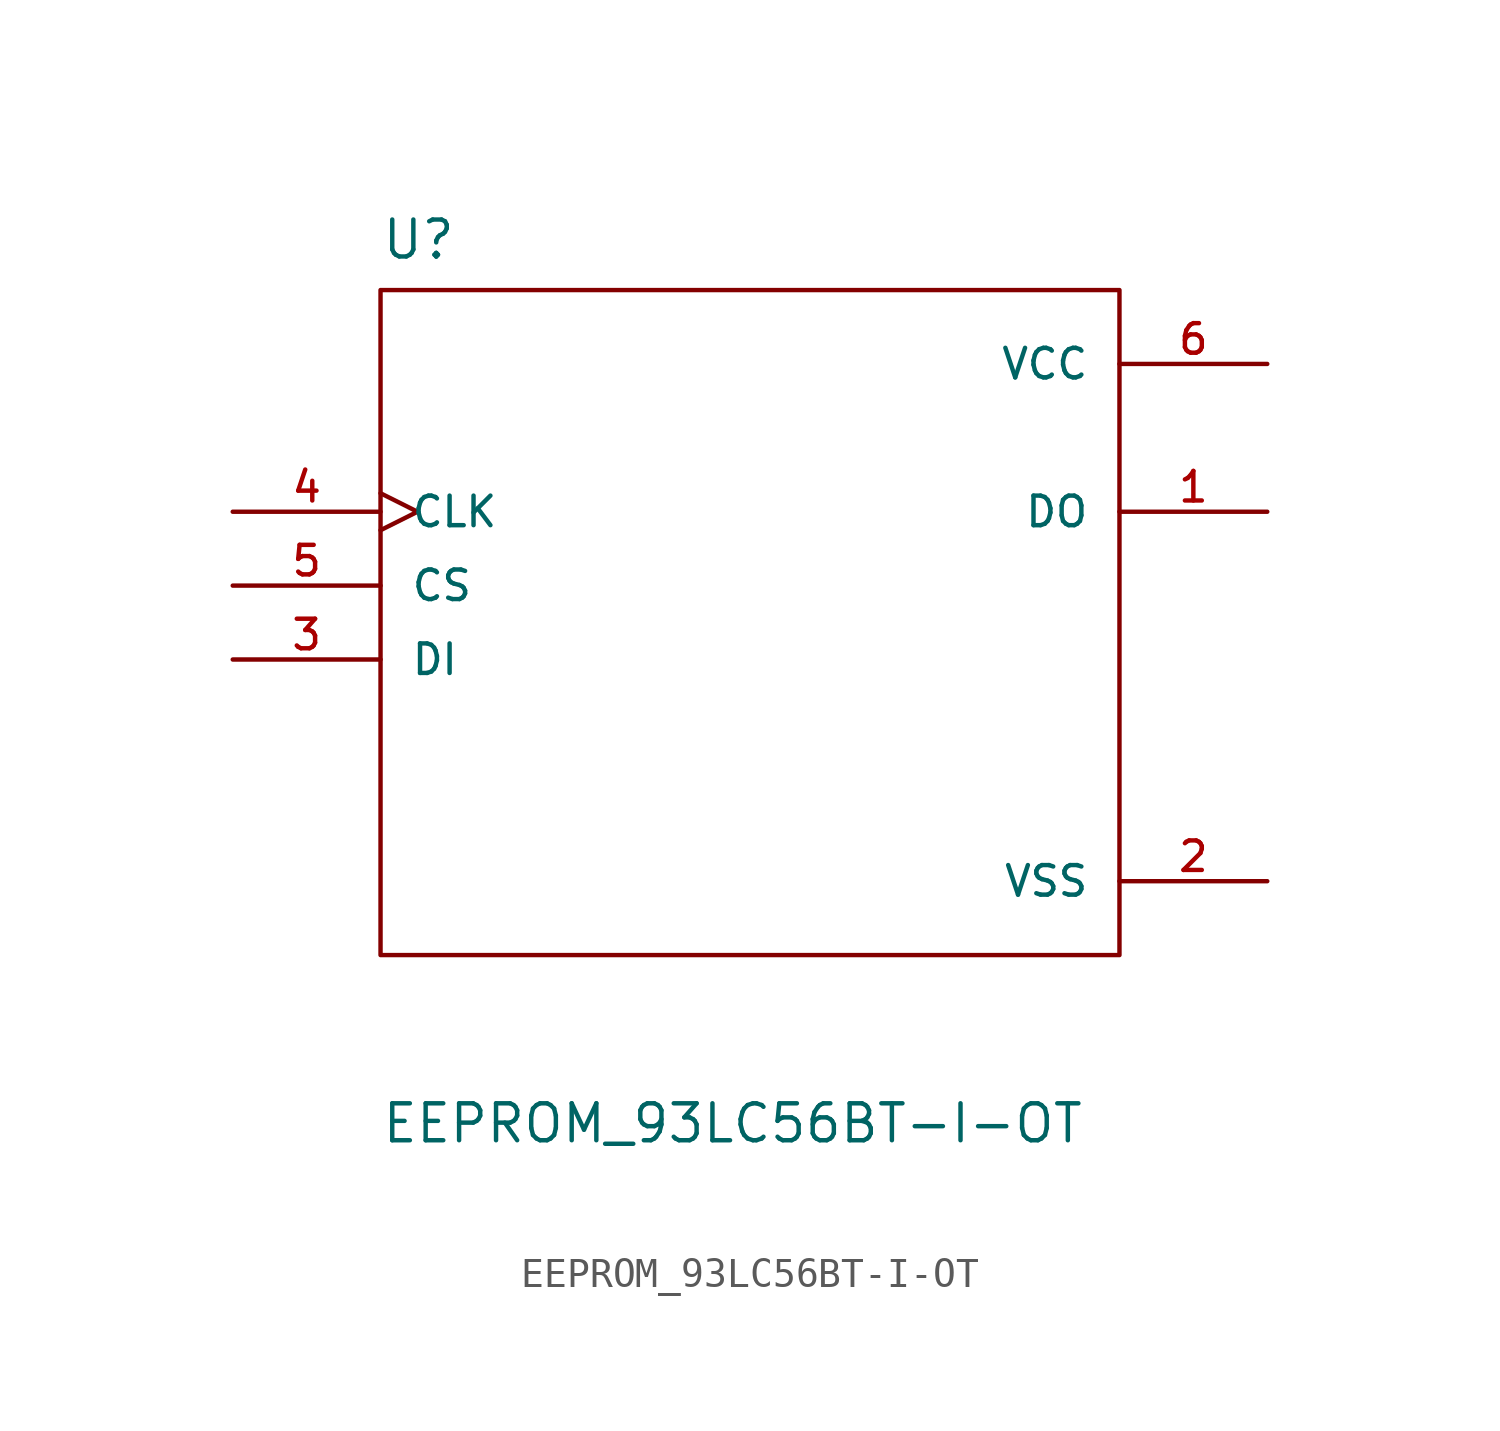
<source format=kicad_sym>
(kicad_symbol_lib
  (version 20201005)
  (generator kicad_symbol_editor)
  (symbol "NB3_hindbrain:EEPROM_93LC56BT-I-OT"
    (pin_names
      (offset 1.016))
    (property "Reference" "U"
      (at 0 0.991 0)
      (effects (font (size 1.27 1.27)) (justify left bottom)))
    (property "Value" "EEPROM_93LC56BT-I-OT"
      (at 0 -29.388 0)
      (effects (font (size 1.27 1.27)) (justify left bottom)))
    (symbol "EEPROM_93LC56BT-I-OT_0_0"
      (pin output line (at 30.48 -7.62 180) (length 5.08) (name "DO" (effects (font (size 1.016 1.016)))) (number "1" (effects (font (size 1.016 1.016)))))
      (pin power_in line (at 30.48 -20.32 180) (length 5.08) (name "VSS" (effects (font (size 1.016 1.016)))) (number "2" (effects (font (size 1.016 1.016)))))
      (pin input line (at -5.08 -12.7 0) (length 5.08) (name "DI" (effects (font (size 1.016 1.016)))) (number "3" (effects (font (size 1.016 1.016)))))
      (pin input clock (at -5.08 -7.62 0) (length 5.08) (name "CLK" (effects (font (size 1.016 1.016)))) (number "4" (effects (font (size 1.016 1.016)))))
      (pin input line (at -5.08 -10.16 0) (length 5.08) (name "CS" (effects (font (size 1.016 1.016)))) (number "5" (effects (font (size 1.016 1.016)))))
      (pin power_in line (at 30.48 -2.54 180) (length 5.08) (name "VCC" (effects (font (size 1.016 1.016)))) (number "6" (effects (font (size 1.016 1.016))))))
    (symbol "EEPROM_93LC56BT-I-OT_1_1"
      (rectangle (start 25.4 -22.86) (end 0 0) (stroke (width 0.152)) (fill (type none))))))
</source>
